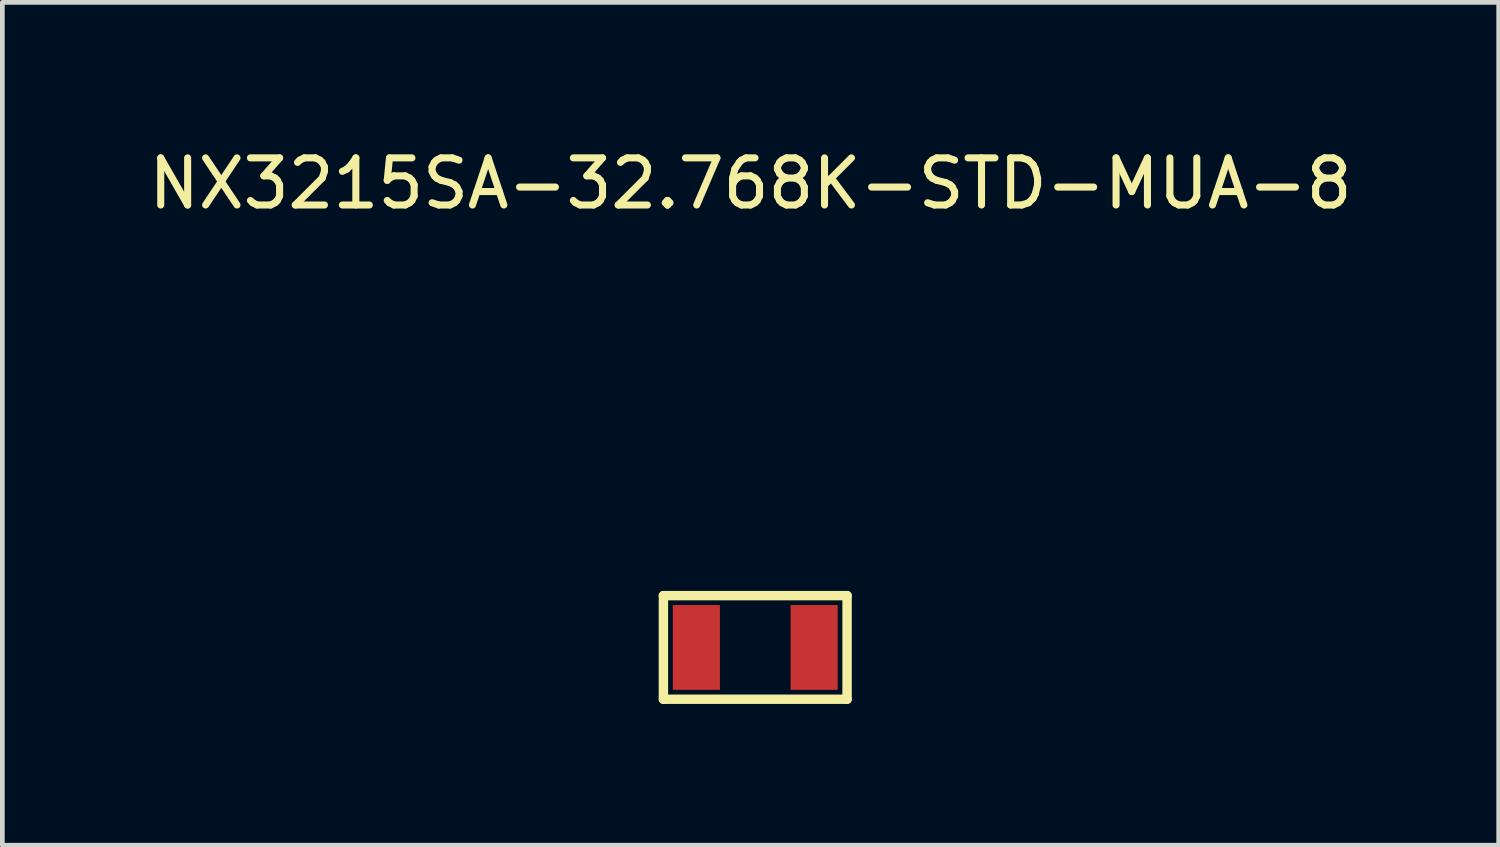
<source format=kicad_pcb>
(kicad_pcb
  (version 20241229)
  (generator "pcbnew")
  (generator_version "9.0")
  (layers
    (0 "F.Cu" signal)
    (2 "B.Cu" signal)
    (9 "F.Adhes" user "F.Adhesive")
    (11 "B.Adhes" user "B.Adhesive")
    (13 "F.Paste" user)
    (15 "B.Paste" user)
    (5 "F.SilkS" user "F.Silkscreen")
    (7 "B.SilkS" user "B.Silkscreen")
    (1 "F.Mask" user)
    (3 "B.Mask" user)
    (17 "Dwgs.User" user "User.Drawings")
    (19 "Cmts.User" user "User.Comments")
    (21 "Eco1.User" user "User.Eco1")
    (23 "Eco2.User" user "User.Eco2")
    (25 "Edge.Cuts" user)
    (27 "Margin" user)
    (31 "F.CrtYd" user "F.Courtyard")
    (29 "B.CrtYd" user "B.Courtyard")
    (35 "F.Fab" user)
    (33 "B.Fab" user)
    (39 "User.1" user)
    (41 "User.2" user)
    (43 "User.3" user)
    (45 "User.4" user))
  (footprint "NX3215SA-32.768K-STD-MUA-8"
    (layer "F.Cu")
    (at 12.987 10.698)
    (property "Reference" "NX3215SA-32.768K-STD-MUA-8" (at -0.1 -9.85 0) (layer "F.SilkS") (effects (font (size 1 1) (thickness 0.15))))
    (attr through_hole)
    (fp_line (start -1.95 -1.1) (end -1.95 1.1) (stroke (width 0.2) (type solid)) (layer "F.SilkS"))
    (fp_line (start -1.95 -1.1) (end 1.95 -1.1) (stroke (width 0.2) (type solid)) (layer "F.SilkS"))
    (fp_line (start 1.95 -1.1) (end 1.95 1.1) (stroke (width 0.2) (type solid)) (layer "F.SilkS"))
    (fp_line (start 1.95 1.1) (end -1.95 1.1) (stroke (width 0.2) (type solid)) (layer "F.SilkS"))
    (pad "1" smd rect (at -1.25 0) (size 1 1.8) (layers "F.Cu" "F.Mask" "F.Paste"))
    (pad "2" smd rect (at 1.25 0) (size 1 1.8) (layers "F.Cu" "F.Mask" "F.Paste")))
  (gr_rect
    (start -3 -3)
    (end 28.774 14.898)
    (stroke (width 0.1) (type default))
    (fill no)
    (layer "Edge.Cuts")))
</source>
